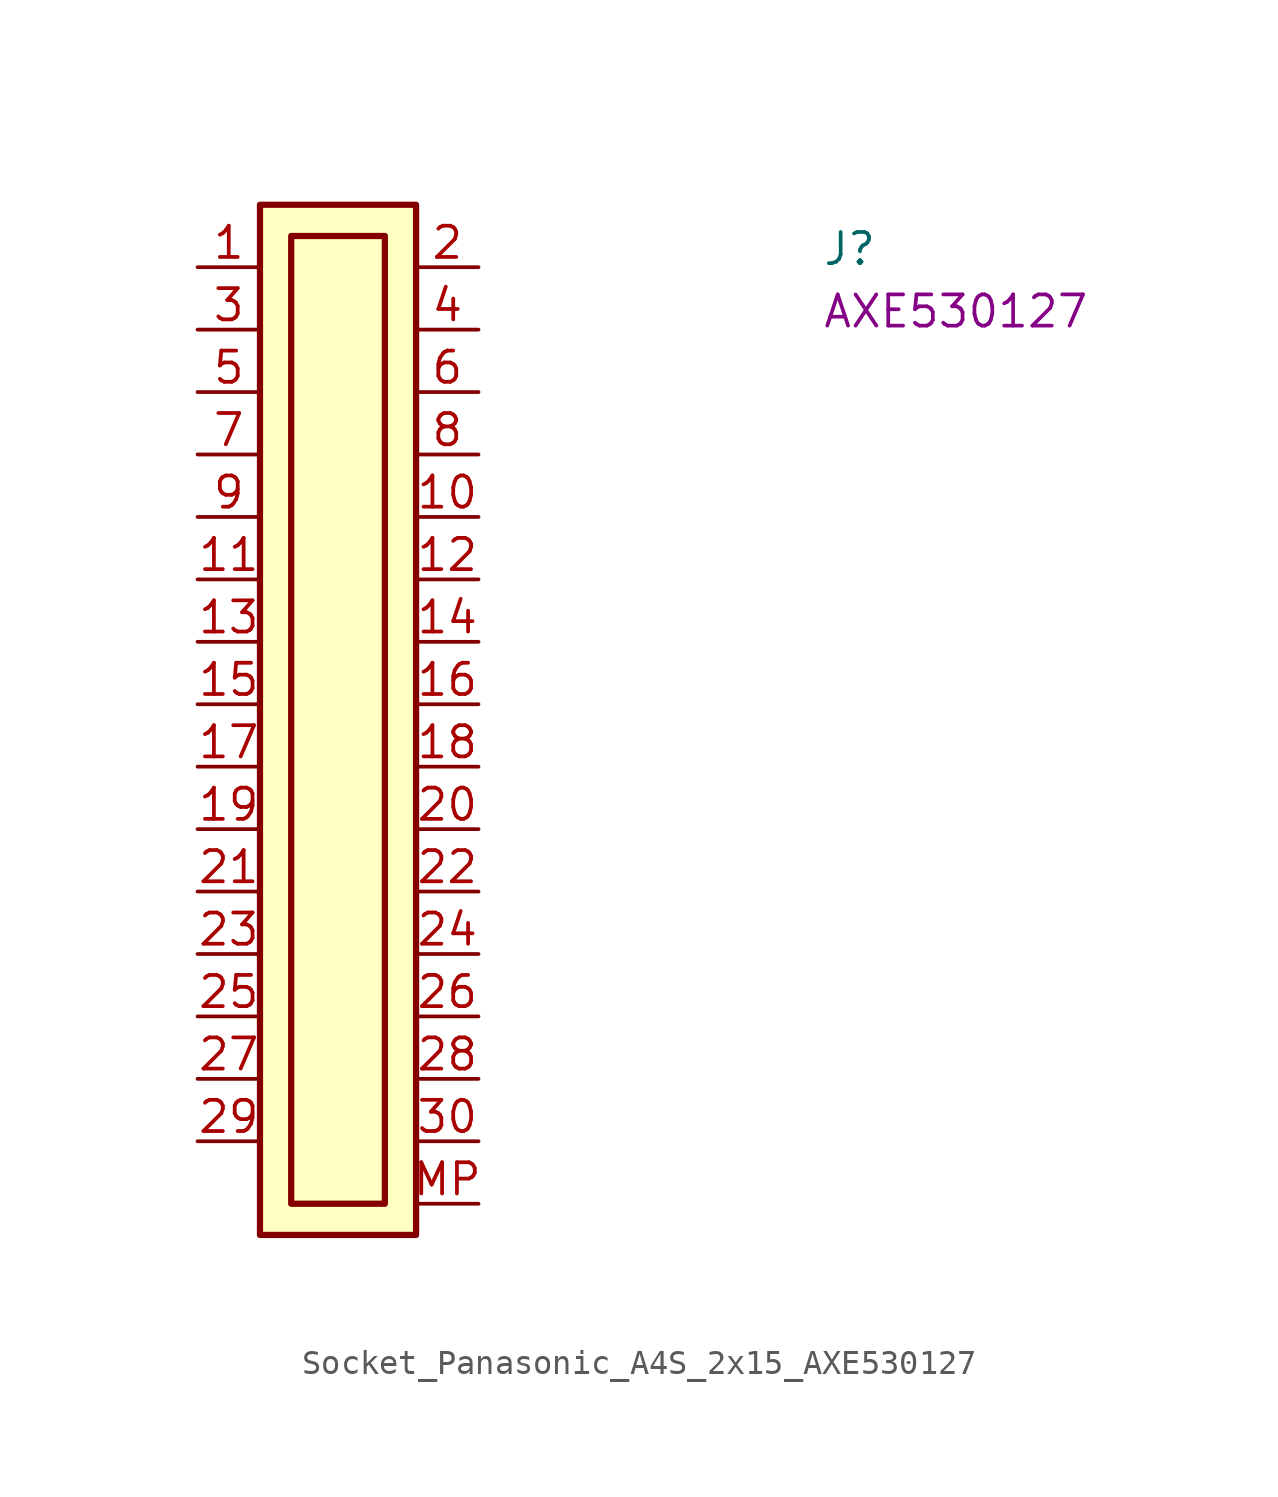
<source format=kicad_sym>
(kicad_symbol_lib
  (version 20220914)
  (generator kicad_symbol_editor)
  (symbol "Socket_Panasonic_A4S_2x15_AXE530127"
    (property "Reference" "J"
      (at 25.4 0 0)
      (effects (font (size 1.27 1.27) (thickness 0.15)) (justify left bottom)))
    (property "MPN" "AXE530127"
      (at 25.4 -2.54 0)
      (effects (font (size 1.27 1.27) (thickness 0.15)) (justify left bottom)))
    (symbol "Socket_Panasonic_A4S_2x15_AXE530127_1_1"
      (rectangle (start 2.54 2.54) (end 8.89 -39.37) (stroke (width 0.254) (type default)) (fill (type background)))
      (rectangle (start 3.81 1.27) (end 7.62 -38.1) (stroke (width 0.254) (type default)) (fill (type background)))
      (pin passive line (at 0 0 0) (length 2.54) (name "~" (effects (font (size 1.27 1.27)))) (number "1" (effects (font (size 1.27 1.27)))))
      (pin passive line (at 11.43 -10.16 180) (length 2.54) (name "~" (effects (font (size 1.27 1.27)))) (number "10" (effects (font (size 1.27 1.27)))))
      (pin passive line (at 0 -12.7 0) (length 2.54) (name "~" (effects (font (size 1.27 1.27)))) (number "11" (effects (font (size 1.27 1.27)))))
      (pin passive line (at 11.43 -12.7 180) (length 2.54) (name "~" (effects (font (size 1.27 1.27)))) (number "12" (effects (font (size 1.27 1.27)))))
      (pin passive line (at 0 -15.24 0) (length 2.54) (name "~" (effects (font (size 1.27 1.27)))) (number "13" (effects (font (size 1.27 1.27)))))
      (pin passive line (at 11.43 -15.24 180) (length 2.54) (name "~" (effects (font (size 1.27 1.27)))) (number "14" (effects (font (size 1.27 1.27)))))
      (pin passive line (at 0 -17.78 0) (length 2.54) (name "~" (effects (font (size 1.27 1.27)))) (number "15" (effects (font (size 1.27 1.27)))))
      (pin passive line (at 11.43 -17.78 180) (length 2.54) (name "~" (effects (font (size 1.27 1.27)))) (number "16" (effects (font (size 1.27 1.27)))))
      (pin passive line (at 0 -20.32 0) (length 2.54) (name "~" (effects (font (size 1.27 1.27)))) (number "17" (effects (font (size 1.27 1.27)))))
      (pin passive line (at 11.43 -20.32 180) (length 2.54) (name "~" (effects (font (size 1.27 1.27)))) (number "18" (effects (font (size 1.27 1.27)))))
      (pin passive line (at 0 -22.86 0) (length 2.54) (name "~" (effects (font (size 1.27 1.27)))) (number "19" (effects (font (size 1.27 1.27)))))
      (pin passive line (at 11.43 0 180) (length 2.54) (name "~" (effects (font (size 1.27 1.27)))) (number "2" (effects (font (size 1.27 1.27)))))
      (pin passive line (at 11.43 -22.86 180) (length 2.54) (name "~" (effects (font (size 1.27 1.27)))) (number "20" (effects (font (size 1.27 1.27)))))
      (pin passive line (at 0 -25.4 0) (length 2.54) (name "~" (effects (font (size 1.27 1.27)))) (number "21" (effects (font (size 1.27 1.27)))))
      (pin passive line (at 11.43 -25.4 180) (length 2.54) (name "~" (effects (font (size 1.27 1.27)))) (number "22" (effects (font (size 1.27 1.27)))))
      (pin passive line (at 0 -27.94 0) (length 2.54) (name "~" (effects (font (size 1.27 1.27)))) (number "23" (effects (font (size 1.27 1.27)))))
      (pin passive line (at 11.43 -27.94 180) (length 2.54) (name "~" (effects (font (size 1.27 1.27)))) (number "24" (effects (font (size 1.27 1.27)))))
      (pin passive line (at 0 -30.48 0) (length 2.54) (name "~" (effects (font (size 1.27 1.27)))) (number "25" (effects (font (size 1.27 1.27)))))
      (pin passive line (at 11.43 -30.48 180) (length 2.54) (name "~" (effects (font (size 1.27 1.27)))) (number "26" (effects (font (size 1.27 1.27)))))
      (pin passive line (at 0 -33.02 0) (length 2.54) (name "~" (effects (font (size 1.27 1.27)))) (number "27" (effects (font (size 1.27 1.27)))))
      (pin passive line (at 11.43 -33.02 180) (length 2.54) (name "~" (effects (font (size 1.27 1.27)))) (number "28" (effects (font (size 1.27 1.27)))))
      (pin passive line (at 0 -35.56 0) (length 2.54) (name "~" (effects (font (size 1.27 1.27)))) (number "29" (effects (font (size 1.27 1.27)))))
      (pin passive line (at 0 -2.54 0) (length 2.54) (name "~" (effects (font (size 1.27 1.27)))) (number "3" (effects (font (size 1.27 1.27)))))
      (pin passive line (at 11.43 -35.56 180) (length 2.54) (name "~" (effects (font (size 1.27 1.27)))) (number "30" (effects (font (size 1.27 1.27)))))
      (pin passive line (at 11.43 -2.54 180) (length 2.54) (name "~" (effects (font (size 1.27 1.27)))) (number "4" (effects (font (size 1.27 1.27)))))
      (pin passive line (at 0 -5.08 0) (length 2.54) (name "~" (effects (font (size 1.27 1.27)))) (number "5" (effects (font (size 1.27 1.27)))))
      (pin passive line (at 11.43 -5.08 180) (length 2.54) (name "~" (effects (font (size 1.27 1.27)))) (number "6" (effects (font (size 1.27 1.27)))))
      (pin passive line (at 0 -7.62 0) (length 2.54) (name "~" (effects (font (size 1.27 1.27)))) (number "7" (effects (font (size 1.27 1.27)))))
      (pin passive line (at 11.43 -7.62 180) (length 2.54) (name "~" (effects (font (size 1.27 1.27)))) (number "8" (effects (font (size 1.27 1.27)))))
      (pin passive line (at 0 -10.16 0) (length 2.54) (name "~" (effects (font (size 1.27 1.27)))) (number "9" (effects (font (size 1.27 1.27)))))
      (pin passive line (at 11.43 -38.1 180) (length 2.54) (name "~" (effects (font (size 1.27 1.27)))) (number "MP" (effects (font (size 1.27 1.27))))))))
</source>
